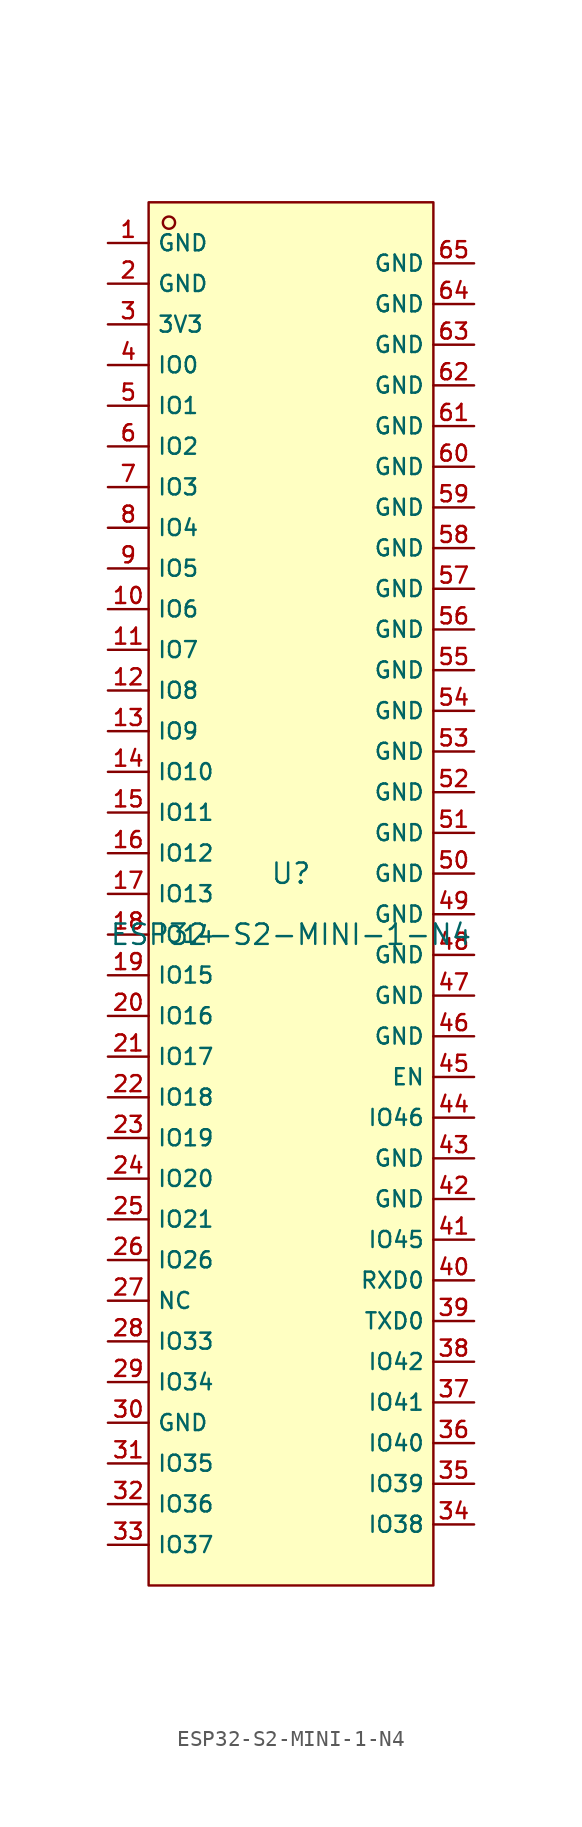
<source format=kicad_sym>
(kicad_symbol_lib
  (version 20210201)
  (generator TousstNicolas/JLC2KiCad_lib)
  (symbol "ESP32-S2-MINI-1-N4"
    (property "Reference" "U"
      (at 0 1.27 0)
      (effects (font (size 1.27 1.27))))
    (property "Value" "ESP32-S2-MINI-1-N4"
      (at 0 -2.54 0)
      (effects (font (size 1.27 1.27))))
    (symbol "ESP32-S2-MINI-1-N4_0_1"
      (rectangle (start -8.89 43.18) (end 8.89 -43.18) (stroke (width 0) (type default) (color 0 0 0 0)) (fill (type background)))
      (circle (center -7.62 41.91) (radius 0.381) (stroke (width 0) (type default) (color 0 0 0 0)) (fill (type background)))
      (pin unspecified line (at -11.43 40.64 0) (length 2.54) (name "GND" (effects (font (size 1 1)))) (number "1" (effects (font (size 1 1)))))
      (pin unspecified line (at -11.43 38.1 0) (length 2.54) (name "GND" (effects (font (size 1 1)))) (number "2" (effects (font (size 1 1)))))
      (pin unspecified line (at -11.43 35.56 0) (length 2.54) (name "3V3" (effects (font (size 1 1)))) (number "3" (effects (font (size 1 1)))))
      (pin unspecified line (at -11.43 33.02 0) (length 2.54) (name "IO0" (effects (font (size 1 1)))) (number "4" (effects (font (size 1 1)))))
      (pin unspecified line (at -11.43 30.48 0) (length 2.54) (name "IO1" (effects (font (size 1 1)))) (number "5" (effects (font (size 1 1)))))
      (pin unspecified line (at -11.43 27.94 0) (length 2.54) (name "IO2" (effects (font (size 1 1)))) (number "6" (effects (font (size 1 1)))))
      (pin unspecified line (at -11.43 25.4 0) (length 2.54) (name "IO3" (effects (font (size 1 1)))) (number "7" (effects (font (size 1 1)))))
      (pin unspecified line (at -11.43 22.86 0) (length 2.54) (name "IO4" (effects (font (size 1 1)))) (number "8" (effects (font (size 1 1)))))
      (pin unspecified line (at -11.43 20.32 0) (length 2.54) (name "IO5" (effects (font (size 1 1)))) (number "9" (effects (font (size 1 1)))))
      (pin unspecified line (at -11.43 17.78 0) (length 2.54) (name "IO6" (effects (font (size 1 1)))) (number "10" (effects (font (size 1 1)))))
      (pin unspecified line (at -11.43 15.24 0) (length 2.54) (name "IO7" (effects (font (size 1 1)))) (number "11" (effects (font (size 1 1)))))
      (pin unspecified line (at -11.43 12.7 0) (length 2.54) (name "IO8" (effects (font (size 1 1)))) (number "12" (effects (font (size 1 1)))))
      (pin unspecified line (at -11.43 10.16 0) (length 2.54) (name "IO9" (effects (font (size 1 1)))) (number "13" (effects (font (size 1 1)))))
      (pin unspecified line (at -11.43 7.62 0) (length 2.54) (name "IO10" (effects (font (size 1 1)))) (number "14" (effects (font (size 1 1)))))
      (pin unspecified line (at -11.43 5.08 0) (length 2.54) (name "IO11" (effects (font (size 1 1)))) (number "15" (effects (font (size 1 1)))))
      (pin unspecified line (at -11.43 2.54 0) (length 2.54) (name "IO12" (effects (font (size 1 1)))) (number "16" (effects (font (size 1 1)))))
      (pin unspecified line (at -11.43 -0.0 0) (length 2.54) (name "IO13" (effects (font (size 1 1)))) (number "17" (effects (font (size 1 1)))))
      (pin unspecified line (at -11.43 -2.54 0) (length 2.54) (name "IO14" (effects (font (size 1 1)))) (number "18" (effects (font (size 1 1)))))
      (pin unspecified line (at -11.43 -5.08 0) (length 2.54) (name "IO15" (effects (font (size 1 1)))) (number "19" (effects (font (size 1 1)))))
      (pin unspecified line (at -11.43 -7.62 0) (length 2.54) (name "IO16" (effects (font (size 1 1)))) (number "20" (effects (font (size 1 1)))))
      (pin unspecified line (at -11.43 -10.16 0) (length 2.54) (name "IO17" (effects (font (size 1 1)))) (number "21" (effects (font (size 1 1)))))
      (pin unspecified line (at -11.43 -12.7 0) (length 2.54) (name "IO18" (effects (font (size 1 1)))) (number "22" (effects (font (size 1 1)))))
      (pin unspecified line (at -11.43 -15.24 0) (length 2.54) (name "IO19" (effects (font (size 1 1)))) (number "23" (effects (font (size 1 1)))))
      (pin unspecified line (at -11.43 -17.78 0) (length 2.54) (name "IO20" (effects (font (size 1 1)))) (number "24" (effects (font (size 1 1)))))
      (pin unspecified line (at -11.43 -20.32 0) (length 2.54) (name "IO21" (effects (font (size 1 1)))) (number "25" (effects (font (size 1 1)))))
      (pin unspecified line (at -11.43 -22.86 0) (length 2.54) (name "IO26" (effects (font (size 1 1)))) (number "26" (effects (font (size 1 1)))))
      (pin unspecified line (at -11.43 -25.4 0) (length 2.54) (name "NC" (effects (font (size 1 1)))) (number "27" (effects (font (size 1 1)))))
      (pin unspecified line (at -11.43 -27.94 0) (length 2.54) (name "IO33" (effects (font (size 1 1)))) (number "28" (effects (font (size 1 1)))))
      (pin unspecified line (at -11.43 -30.48 0) (length 2.54) (name "IO34" (effects (font (size 1 1)))) (number "29" (effects (font (size 1 1)))))
      (pin unspecified line (at -11.43 -33.02 0) (length 2.54) (name "GND" (effects (font (size 1 1)))) (number "30" (effects (font (size 1 1)))))
      (pin unspecified line (at -11.43 -35.56 0) (length 2.54) (name "IO35" (effects (font (size 1 1)))) (number "31" (effects (font (size 1 1)))))
      (pin unspecified line (at -11.43 -38.1 0) (length 2.54) (name "IO36" (effects (font (size 1 1)))) (number "32" (effects (font (size 1 1)))))
      (pin unspecified line (at -11.43 -40.64 0) (length 2.54) (name "IO37" (effects (font (size 1 1)))) (number "33" (effects (font (size 1 1)))))
      (pin unspecified line (at 11.43 -39.37 180) (length 2.54) (name "IO38" (effects (font (size 1 1)))) (number "34" (effects (font (size 1 1)))))
      (pin unspecified line (at 11.43 -36.83 180) (length 2.54) (name "IO39" (effects (font (size 1 1)))) (number "35" (effects (font (size 1 1)))))
      (pin unspecified line (at 11.43 -34.29 180) (length 2.54) (name "IO40" (effects (font (size 1 1)))) (number "36" (effects (font (size 1 1)))))
      (pin unspecified line (at 11.43 -31.75 180) (length 2.54) (name "IO41" (effects (font (size 1 1)))) (number "37" (effects (font (size 1 1)))))
      (pin unspecified line (at 11.43 -29.21 180) (length 2.54) (name "IO42" (effects (font (size 1 1)))) (number "38" (effects (font (size 1 1)))))
      (pin unspecified line (at 11.43 -26.67 180) (length 2.54) (name "TXD0" (effects (font (size 1 1)))) (number "39" (effects (font (size 1 1)))))
      (pin unspecified line (at 11.43 -24.13 180) (length 2.54) (name "RXD0" (effects (font (size 1 1)))) (number "40" (effects (font (size 1 1)))))
      (pin unspecified line (at 11.43 -21.59 180) (length 2.54) (name "IO45" (effects (font (size 1 1)))) (number "41" (effects (font (size 1 1)))))
      (pin unspecified line (at 11.43 -19.05 180) (length 2.54) (name "GND" (effects (font (size 1 1)))) (number "42" (effects (font (size 1 1)))))
      (pin unspecified line (at 11.43 -16.51 180) (length 2.54) (name "GND" (effects (font (size 1 1)))) (number "43" (effects (font (size 1 1)))))
      (pin unspecified line (at 11.43 -13.97 180) (length 2.54) (name "IO46" (effects (font (size 1 1)))) (number "44" (effects (font (size 1 1)))))
      (pin unspecified line (at 11.43 -11.43 180) (length 2.54) (name "EN" (effects (font (size 1 1)))) (number "45" (effects (font (size 1 1)))))
      (pin unspecified line (at 11.43 -8.89 180) (length 2.54) (name "GND" (effects (font (size 1 1)))) (number "46" (effects (font (size 1 1)))))
      (pin unspecified line (at 11.43 -6.35 180) (length 2.54) (name "GND" (effects (font (size 1 1)))) (number "47" (effects (font (size 1 1)))))
      (pin unspecified line (at 11.43 -3.81 180) (length 2.54) (name "GND" (effects (font (size 1 1)))) (number "48" (effects (font (size 1 1)))))
      (pin unspecified line (at 11.43 -1.27 180) (length 2.54) (name "GND" (effects (font (size 1 1)))) (number "49" (effects (font (size 1 1)))))
      (pin unspecified line (at 11.43 1.27 180) (length 2.54) (name "GND" (effects (font (size 1 1)))) (number "50" (effects (font (size 1 1)))))
      (pin unspecified line (at 11.43 3.81 180) (length 2.54) (name "GND" (effects (font (size 1 1)))) (number "51" (effects (font (size 1 1)))))
      (pin unspecified line (at 11.43 6.35 180) (length 2.54) (name "GND" (effects (font (size 1 1)))) (number "52" (effects (font (size 1 1)))))
      (pin unspecified line (at 11.43 8.89 180) (length 2.54) (name "GND" (effects (font (size 1 1)))) (number "53" (effects (font (size 1 1)))))
      (pin unspecified line (at 11.43 11.43 180) (length 2.54) (name "GND" (effects (font (size 1 1)))) (number "54" (effects (font (size 1 1)))))
      (pin unspecified line (at 11.43 13.97 180) (length 2.54) (name "GND" (effects (font (size 1 1)))) (number "55" (effects (font (size 1 1)))))
      (pin unspecified line (at 11.43 16.51 180) (length 2.54) (name "GND" (effects (font (size 1 1)))) (number "56" (effects (font (size 1 1)))))
      (pin unspecified line (at 11.43 19.05 180) (length 2.54) (name "GND" (effects (font (size 1 1)))) (number "57" (effects (font (size 1 1)))))
      (pin unspecified line (at 11.43 21.59 180) (length 2.54) (name "GND" (effects (font (size 1 1)))) (number "58" (effects (font (size 1 1)))))
      (pin unspecified line (at 11.43 24.13 180) (length 2.54) (name "GND" (effects (font (size 1 1)))) (number "59" (effects (font (size 1 1)))))
      (pin unspecified line (at 11.43 26.67 180) (length 2.54) (name "GND" (effects (font (size 1 1)))) (number "60" (effects (font (size 1 1)))))
      (pin unspecified line (at 11.43 29.21 180) (length 2.54) (name "GND" (effects (font (size 1 1)))) (number "61" (effects (font (size 1 1)))))
      (pin unspecified line (at 11.43 31.75 180) (length 2.54) (name "GND" (effects (font (size 1 1)))) (number "62" (effects (font (size 1 1)))))
      (pin unspecified line (at 11.43 34.29 180) (length 2.54) (name "GND" (effects (font (size 1 1)))) (number "63" (effects (font (size 1 1)))))
      (pin unspecified line (at 11.43 36.83 180) (length 2.54) (name "GND" (effects (font (size 1 1)))) (number "64" (effects (font (size 1 1)))))
      (pin unspecified line (at 11.43 39.37 180) (length 2.54) (name "GND" (effects (font (size 1 1)))) (number "65" (effects (font (size 1 1))))))))
</source>
